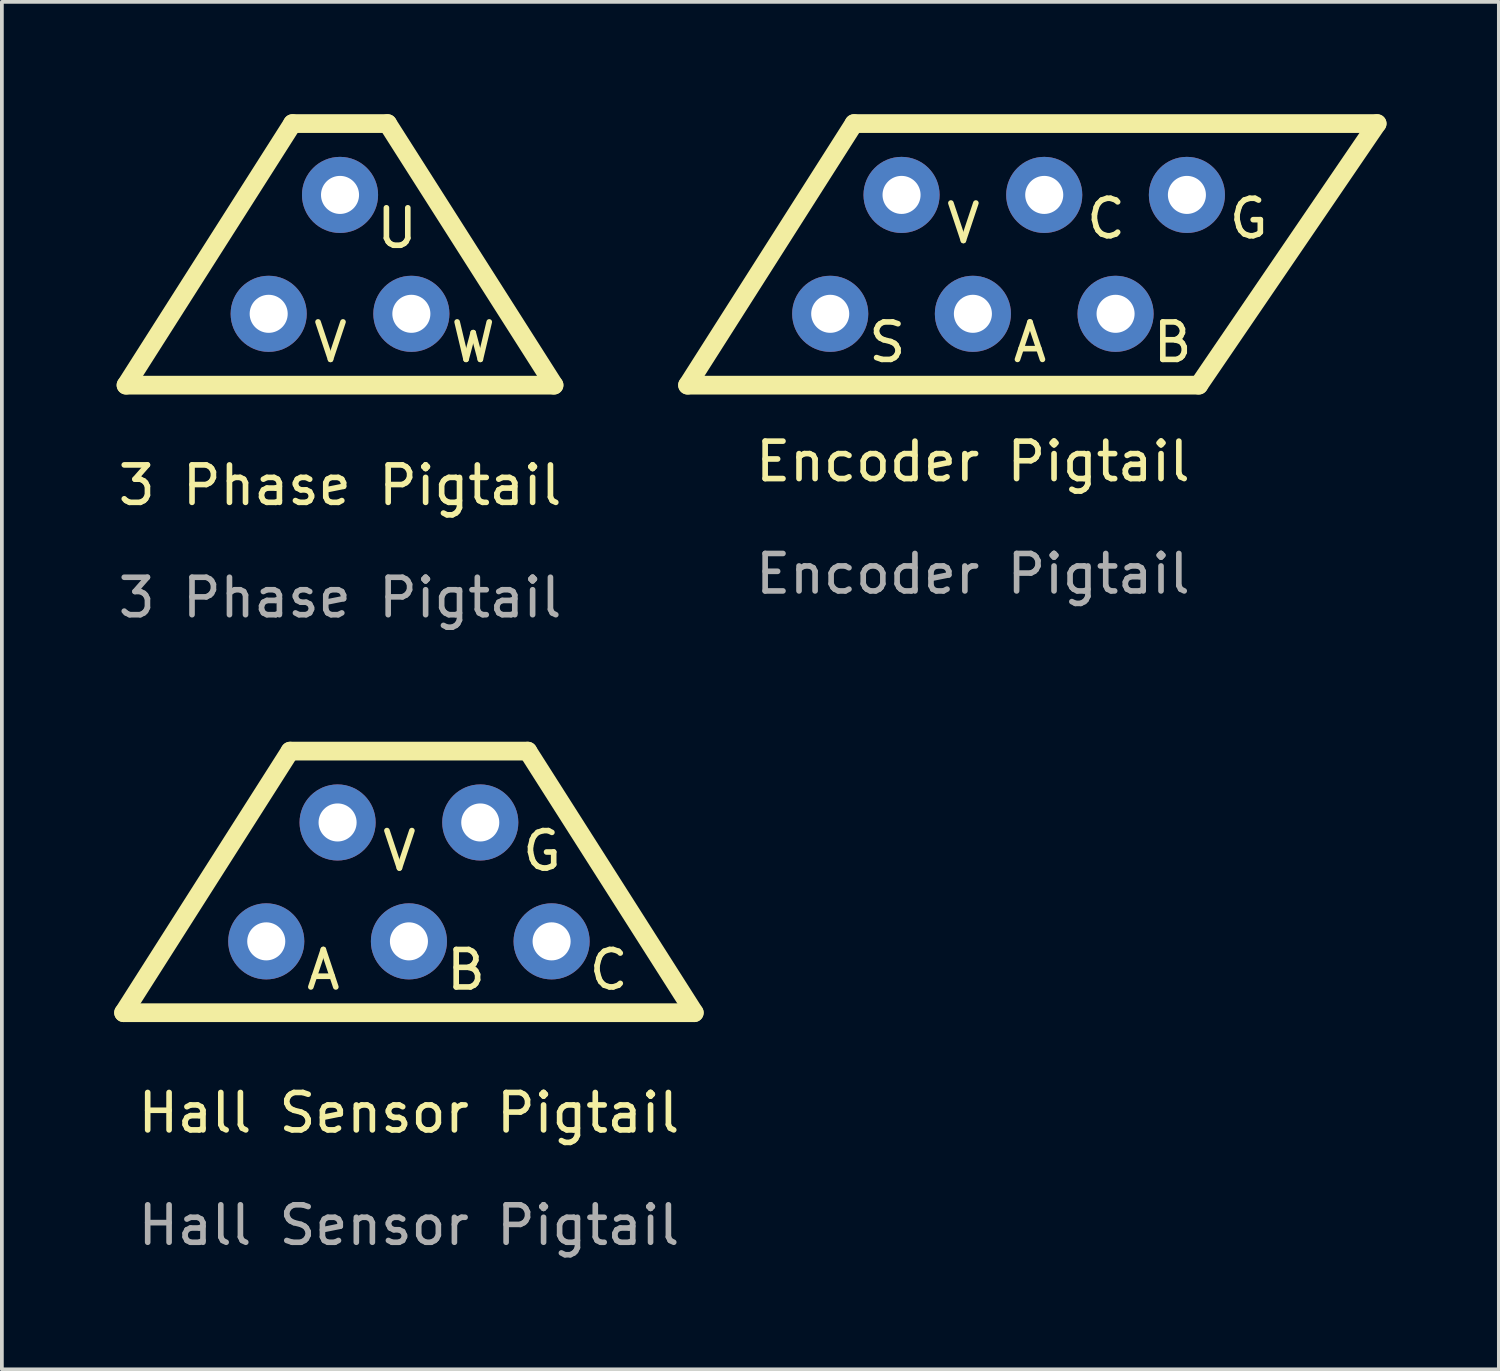
<source format=kicad_pcb>
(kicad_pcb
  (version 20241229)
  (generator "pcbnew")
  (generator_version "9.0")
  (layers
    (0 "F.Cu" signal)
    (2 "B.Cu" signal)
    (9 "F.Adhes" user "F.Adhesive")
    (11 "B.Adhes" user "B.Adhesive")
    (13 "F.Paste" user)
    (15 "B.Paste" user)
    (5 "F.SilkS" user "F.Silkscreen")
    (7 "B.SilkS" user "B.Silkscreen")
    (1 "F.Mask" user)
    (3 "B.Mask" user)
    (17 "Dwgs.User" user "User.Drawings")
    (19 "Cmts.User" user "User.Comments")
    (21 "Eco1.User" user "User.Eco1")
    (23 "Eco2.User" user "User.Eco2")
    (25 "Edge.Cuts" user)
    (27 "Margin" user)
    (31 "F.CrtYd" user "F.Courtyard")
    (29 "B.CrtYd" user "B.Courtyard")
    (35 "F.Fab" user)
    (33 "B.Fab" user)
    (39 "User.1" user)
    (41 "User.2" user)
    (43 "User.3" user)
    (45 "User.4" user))
  (footprint "Encoder Pigtail"
    (layer "F.Cu")
    (at 22.93 9.775)
    (property "Reference" "Encoder Pigtail" (at 0 -0.5 0) (unlocked yes) (layer "F.SilkS") (effects (font (size 1 1) (thickness 0.15))))
    (attr through_hole)
    (fp_line (start -7.62 -2.54) (end 6.032 -2.54) (stroke (width 0.5) (type solid)) (layer "F.SilkS"))
    (fp_line (start -3.175 -9.525) (end -7.62 -2.54) (stroke (width 0.5) (type solid)) (layer "F.SilkS"))
    (fp_line (start 6.032 -2.54) (end 10.795 -9.525) (stroke (width 0.5) (type solid)) (layer "F.SilkS"))
    (fp_line (start 10.795 -9.525) (end -3.175 -9.525) (stroke (width 0.5) (type solid)) (layer "F.SilkS"))
    (fp_text user "A" (at 1.524 -3.683 0) (unlocked yes) (layer "F.SilkS") (effects (font (size 1 1) (thickness 0.15))))
    (fp_text user "S" (at -2.286 -3.683 0) (unlocked yes) (layer "F.SilkS") (effects (font (size 1 1) (thickness 0.15))))
    (fp_text user "V" (at -0.254 -6.858 0) (unlocked yes) (layer "F.SilkS") (effects (font (size 1 1) (thickness 0.15))))
    (fp_text user "C" (at 3.556 -6.985 0) (unlocked yes) (layer "F.SilkS") (effects (font (size 1 1) (thickness 0.15))))
    (fp_text user "G" (at 7.366 -6.985 0) (unlocked yes) (layer "F.SilkS") (effects (font (size 1 1) (thickness 0.15))))
    (fp_text user "B" (at 5.334 -3.683 0) (unlocked yes) (layer "F.SilkS") (effects (font (size 1 1) (thickness 0.15))))
    (fp_text user "${REFERENCE}" (at 0 2.5 0) (unlocked yes) (layer "F.Fab") (effects (font (size 1 1) (thickness 0.15))))
    (pad "1" thru_hole circle (at -1.905 -7.62) (size 2.032 2.032) (drill 1.016) (layers "*.Cu" "*.Mask"))
    (pad "2" thru_hole circle (at -3.81 -4.445) (size 2.032 2.032) (drill 1.016) (layers "*.Cu" "*.Mask"))
    (pad "3" thru_hole circle (at 0 -4.445) (size 2.032 2.032) (drill 1.016) (layers "*.Cu" "*.Mask"))
    (pad "4" thru_hole circle (at 3.81 -4.445) (size 2.032 2.032) (drill 1.016) (layers "*.Cu" "*.Mask"))
    (pad "5" thru_hole circle (at 1.905 -7.62) (size 2.032 2.032) (drill 1.016) (layers "*.Cu" "*.Mask"))
    (pad "6" thru_hole circle (at 5.715 -7.62) (size 2.032 2.032) (drill 1.016) (layers "*.Cu" "*.Mask")))
  (footprint "Hall Sensor Pigtail"
    (layer "F.Cu")
    (at 7.87 27.168)
    (property "Reference" "Hall Sensor Pigtail" (at 0 -0.5 0) (unlocked yes) (layer "F.SilkS") (effects (font (size 1 1) (thickness 0.15))))
    (attr through_hole)
    (fp_line (start -7.62 -3.175) (end 7.62 -3.175) (stroke (width 0.5) (type solid)) (layer "F.SilkS"))
    (fp_line (start -3.175 -10.16) (end -7.62 -3.175) (stroke (width 0.5) (type solid)) (layer "F.SilkS"))
    (fp_line (start 3.175 -10.16) (end -3.175 -10.16) (stroke (width 0.5) (type solid)) (layer "F.SilkS"))
    (fp_line (start 7.62 -3.175) (end 3.175 -10.16) (stroke (width 0.5) (type solid)) (layer "F.SilkS"))
    (fp_text user "V" (at -0.254 -7.493 0) (unlocked yes) (layer "F.SilkS") (effects (font (size 1 1) (thickness 0.15))))
    (fp_text user "G" (at 3.556 -7.493 0) (unlocked yes) (layer "F.SilkS") (effects (font (size 1 1) (thickness 0.15))))
    (fp_text user "B" (at 1.524 -4.318 0) (unlocked yes) (layer "F.SilkS") (effects (font (size 1 1) (thickness 0.15))))
    (fp_text user "C" (at 5.334 -4.318 0) (unlocked yes) (layer "F.SilkS") (effects (font (size 1 1) (thickness 0.15))))
    (fp_text user "A" (at -2.286 -4.318 0) (unlocked yes) (layer "F.SilkS") (effects (font (size 1 1) (thickness 0.15))))
    (fp_text user "${REFERENCE}" (at 0 2.5 0) (unlocked yes) (layer "F.Fab") (effects (font (size 1 1) (thickness 0.15))))
    (pad "1" thru_hole circle (at -1.905 -8.255) (size 2.032 2.032) (drill 1.016) (layers "*.Cu" "*.Mask"))
    (pad "2" thru_hole circle (at -3.81 -5.08) (size 2.032 2.032) (drill 1.016) (layers "*.Cu" "*.Mask"))
    (pad "3" thru_hole circle (at 0 -5.08) (size 2.032 2.032) (drill 1.016) (layers "*.Cu" "*.Mask"))
    (pad "4" thru_hole circle (at 3.81 -5.08) (size 2.032 2.032) (drill 1.016) (layers "*.Cu" "*.Mask"))
    (pad "5" thru_hole circle (at 1.905 -8.255) (size 2.032 2.032) (drill 1.016) (layers "*.Cu" "*.Mask")))
  (footprint "3 Phase Pigtail"
    (layer "F.Cu")
    (at 6.03 10.41)
    (property "Reference" "3 Phase Pigtail" (at 0 -0.5 0) (unlocked yes) (layer "F.SilkS") (effects (font (size 1 1) (thickness 0.15))))
    (attr through_hole)
    (fp_line (start -5.715 -3.175) (end 5.715 -3.175) (stroke (width 0.5) (type solid)) (layer "F.SilkS"))
    (fp_line (start -1.27 -10.16) (end -5.715 -3.175) (stroke (width 0.5) (type solid)) (layer "F.SilkS"))
    (fp_line (start -1.27 -10.16) (end 1.27 -10.16) (stroke (width 0.5) (type solid)) (layer "F.SilkS"))
    (fp_line (start 5.715 -3.175) (end 1.27 -10.16) (stroke (width 0.5) (type solid)) (layer "F.SilkS"))
    (fp_text user "W" (at 3.556 -4.318 0) (unlocked yes) (layer "F.SilkS") (effects (font (size 1 1) (thickness 0.15))))
    (fp_text user "U" (at 1.524 -7.366 0) (unlocked yes) (layer "F.SilkS") (effects (font (size 1 1) (thickness 0.15))))
    (fp_text user "V" (at -0.254 -4.318 0) (unlocked yes) (layer "F.SilkS") (effects (font (size 1 1) (thickness 0.15))))
    (fp_text user "${REFERENCE}" (at 0 2.5 0) (unlocked yes) (layer "F.Fab") (effects (font (size 1 1) (thickness 0.15))))
    (pad "1" thru_hole circle (at 0 -8.255) (size 2.032 2.032) (drill 1.016) (layers "*.Cu" "*.Mask"))
    (pad "2" thru_hole circle (at -1.905 -5.08) (size 2.032 2.032) (drill 1.016) (layers "*.Cu" "*.Mask"))
    (pad "3" thru_hole circle (at 1.905 -5.08) (size 2.032 2.032) (drill 1.016) (layers "*.Cu" "*.Mask")))
  (gr_rect
    (start -3 -3)
    (end 36.975 33.517)
    (stroke (width 0.1) (type default))
    (fill no)
    (layer "Edge.Cuts")))
</source>
